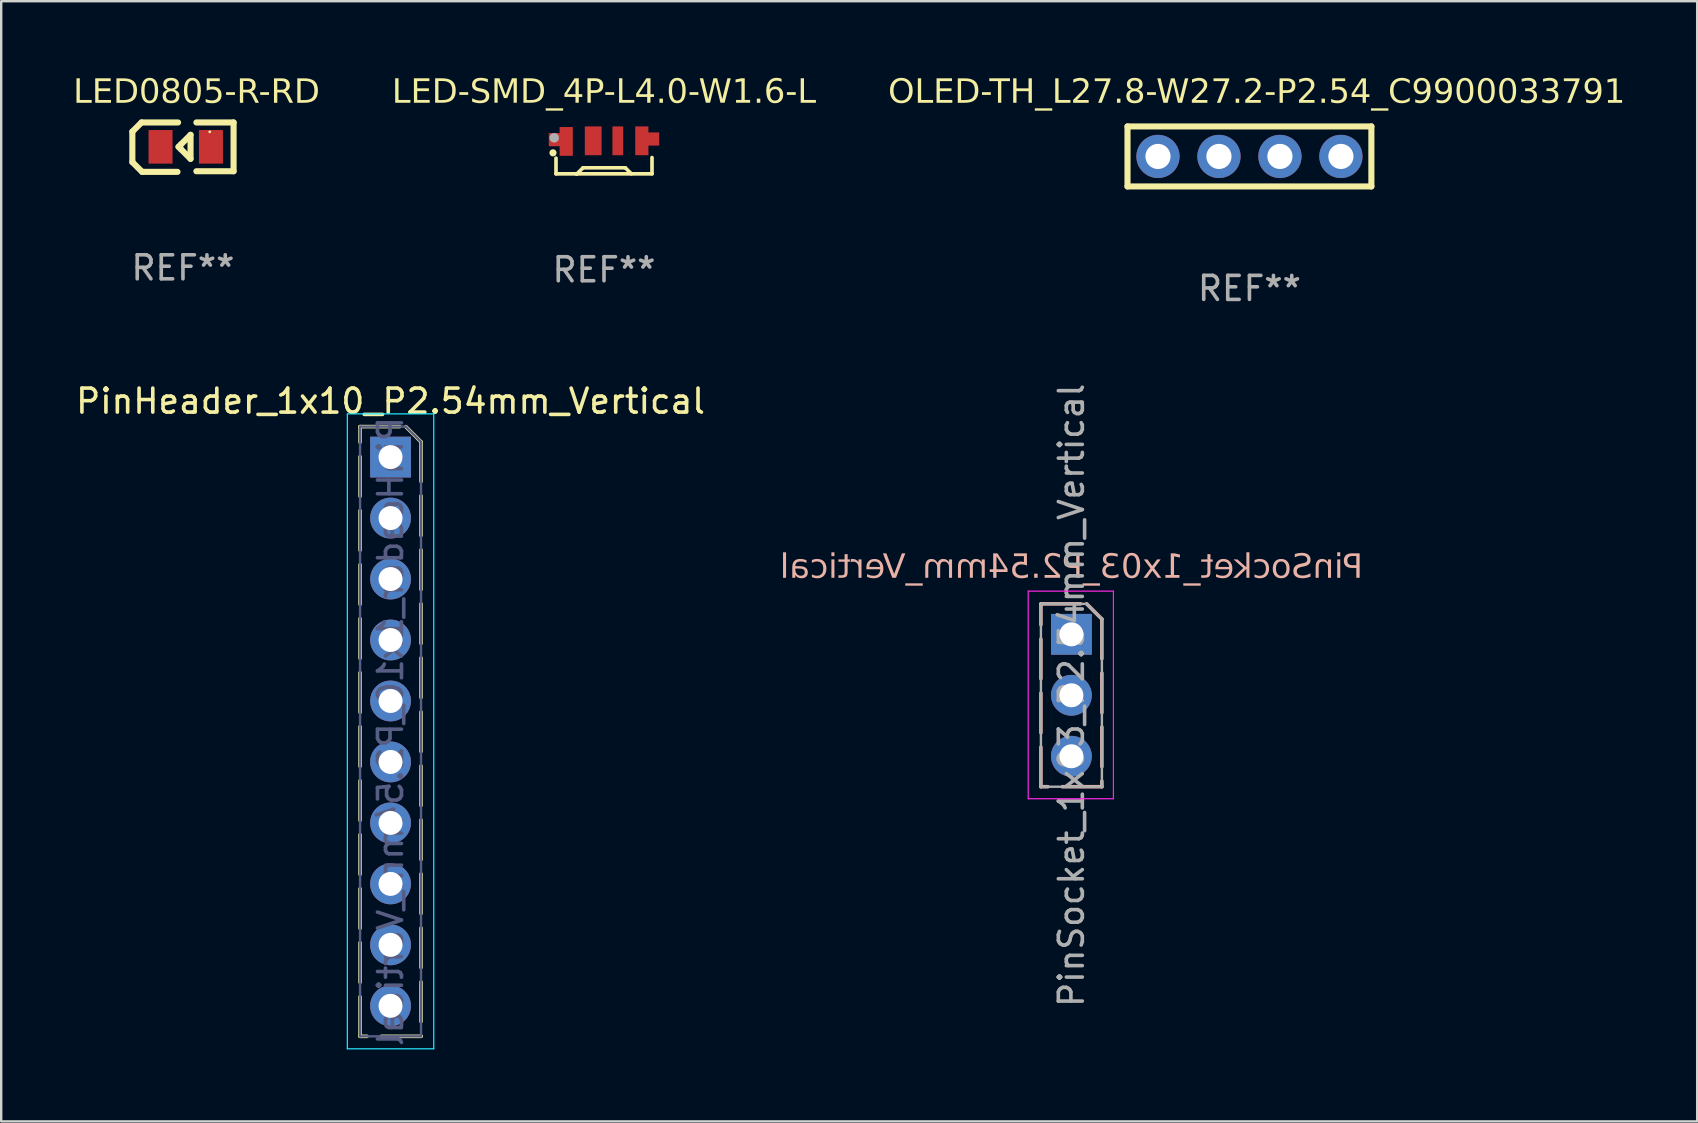
<source format=kicad_pcb>
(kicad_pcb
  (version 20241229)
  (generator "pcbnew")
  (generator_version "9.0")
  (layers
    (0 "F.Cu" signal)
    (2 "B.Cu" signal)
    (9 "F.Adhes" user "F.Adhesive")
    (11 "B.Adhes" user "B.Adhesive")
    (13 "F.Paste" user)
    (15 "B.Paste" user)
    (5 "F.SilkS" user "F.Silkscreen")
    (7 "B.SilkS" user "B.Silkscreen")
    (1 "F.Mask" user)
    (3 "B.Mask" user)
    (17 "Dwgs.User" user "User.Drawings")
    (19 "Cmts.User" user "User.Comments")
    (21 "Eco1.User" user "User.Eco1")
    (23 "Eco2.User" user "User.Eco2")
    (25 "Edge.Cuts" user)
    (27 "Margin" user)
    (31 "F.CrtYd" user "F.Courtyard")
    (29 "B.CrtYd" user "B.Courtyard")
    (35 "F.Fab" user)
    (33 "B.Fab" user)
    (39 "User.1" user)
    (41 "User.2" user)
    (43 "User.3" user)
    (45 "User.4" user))
  (footprint "PinHeader_1x10_P2.54mm_Vertical"
    (layer "F.Cu")
    (at 13.22 15.993)
    (property "Reference" "PinHeader_1x10_P2.54mm_Vertical" (at 0 -2.33 0) (layer "F.SilkS") (effects (font (size 1 1) (thickness 0.15))))
    (attr through_hole)
    (fp_line (start -1.27 -1.27) (end 0.635 -1.27) (stroke (width 0.15) (type dash)) (layer "F.SilkS"))
    (fp_line (start -1.27 24.13) (end -1.27 -1.27) (stroke (width 0.15) (type dash)) (layer "F.SilkS"))
    (fp_line (start 0.635 -1.27) (end 1.27 -0.635) (stroke (width 0.15) (type dash)) (layer "F.SilkS"))
    (fp_line (start 1.27 -0.635) (end 1.27 24.13) (stroke (width 0.15) (type dash)) (layer "F.SilkS"))
    (fp_line (start 1.27 24.13) (end -1.27 24.13) (stroke (width 0.15) (type dash)) (layer "F.SilkS"))
    (fp_line (start -1.8 -1.8) (end -1.8 24.65) (stroke (width 0.05) (type solid)) (layer "B.CrtYd"))
    (fp_line (start -1.8 24.65) (end 1.8 24.65) (stroke (width 0.05) (type solid)) (layer "B.CrtYd"))
    (fp_line (start 1.8 -1.8) (end -1.8 -1.8) (stroke (width 0.05) (type solid)) (layer "B.CrtYd"))
    (fp_line (start 1.8 24.65) (end 1.8 -1.8) (stroke (width 0.05) (type solid)) (layer "B.CrtYd"))
    (fp_line (start -1.27 -1.27) (end 0.635 -1.27) (stroke (width 0.1) (type solid)) (layer "B.Fab"))
    (fp_line (start -1.27 24.13) (end -1.27 -1.27) (stroke (width 0.1) (type solid)) (layer "B.Fab"))
    (fp_line (start 0.635 -1.27) (end 1.27 -0.635) (stroke (width 0.1) (type solid)) (layer "B.Fab"))
    (fp_line (start 1.27 -0.635) (end 1.27 24.13) (stroke (width 0.1) (type solid)) (layer "B.Fab"))
    (fp_line (start 1.27 24.13) (end -1.27 24.13) (stroke (width 0.1) (type solid)) (layer "B.Fab"))
    (fp_text user "${REFERENCE}" (at 0 11.43 270) (layer "B.Fab") (effects (font (size 1 1) (thickness 0.15)) (justify mirror)))
    (pad "1" thru_hole rect (at 0 0) (size 1.7 1.7) (drill 1) (layers "*.Cu" "*.Mask"))
    (pad "2" thru_hole oval (at 0 2.54) (size 1.7 1.7) (drill 1) (layers "*.Cu" "*.Mask"))
    (pad "3" thru_hole oval (at 0 5.08) (size 1.7 1.7) (drill 1) (layers "*.Cu" "*.Mask"))
    (pad "4" thru_hole oval (at 0 7.62) (size 1.7 1.7) (drill 1) (layers "*.Cu" "*.Mask"))
    (pad "5" thru_hole oval (at 0 10.16) (size 1.7 1.7) (drill 1) (layers "*.Cu" "*.Mask"))
    (pad "6" thru_hole oval (at 0 12.7) (size 1.7 1.7) (drill 1) (layers "*.Cu" "*.Mask"))
    (pad "7" thru_hole oval (at 0 15.24) (size 1.7 1.7) (drill 1) (layers "*.Cu" "*.Mask"))
    (pad "8" thru_hole oval (at 0 17.78) (size 1.7 1.7) (drill 1) (layers "*.Cu" "*.Mask"))
    (pad "9" thru_hole oval (at 0 20.32) (size 1.7 1.7) (drill 1) (layers "*.Cu" "*.Mask"))
    (pad "10" thru_hole oval (at 0 22.86) (size 1.7 1.7) (drill 1) (layers "*.Cu" "*.Mask")))
  (footprint "LED-SMD_4P-L4.0-W1.6-L"
    (layer "F.Cu")
    (at 22.113 2.829)
    (property "Reference" "LED-SMD_4P-L4.0-W1.6-L" (at -0.000076 -2.013 0) (layer "F.SilkS") (effects (font (face "Anko Personal Use SemBd") (size 1 1) (thickness 0.15))))
    (attr smd)
    (fp_line (start -2 1.362) (end -2 0.71) (stroke (width 0.152) (type solid)) (layer "F.SilkS"))
    (fp_line (start -1.172 1.362) (end -1.125 1.362) (stroke (width 0.152) (type solid)) (layer "F.SilkS"))
    (fp_line (start -1.125 1.362) (end -0.875 1.112) (stroke (width 0.152) (type solid)) (layer "F.SilkS"))
    (fp_line (start -0.875 1.112) (end 0.888 1.112) (stroke (width 0.152) (type solid)) (layer "F.SilkS"))
    (fp_line (start 0.888 1.112) (end 1.138 1.362) (stroke (width 0.152) (type solid)) (layer "F.SilkS"))
    (fp_line (start 2 0.685) (end 2 1.362) (stroke (width 0.152) (type solid)) (layer "F.SilkS"))
    (fp_line (start 2 1.362) (end -2 1.362) (stroke (width 0.152) (type solid)) (layer "F.SilkS"))
    (fp_circle (center -2.125 0.488) (end -2.05 0.488) (stroke (width 0.15) (type solid)) (fill no) (layer "F.SilkS"))
    (fp_circle (center -2 1.363) (end -1.97 1.363) (stroke (width 0.06) (type solid)) (fill no) (layer "F.SilkS"))
    (fp_circle (center -2.075 -0.138) (end -1.975 -0.138) (stroke (width 0.2) (type solid)) (fill no) (layer "F.Fab"))
    (fp_text user "REF**" (at -0.000076 5.362 0) (layer "F.Fab") (effects (font (size 1 1) (thickness 0.15))))
    (pad "1" smd custom (at -1.8 0.013) (size 0.1 0.1) (layers "F.Cu" "F.Mask" "F.Paste") (options (anchor circle)) (primitives (gr_poly (pts (xy 0.5 -0.6) (xy 0.5 0.6) (xy -0.05 0.6) (xy -0.05 0.2) (xy -0.5 0.2) (xy -0.5 -0.35) (xy -0.05 -0.35) (xy -0.05 -0.6)) (width 0) (fill yes))))
    (pad "2" smd custom (at -0.45 -0.013) (size 0.1 0.1) (layers "F.Cu" "F.Mask" "F.Paste") (options (anchor circle)) (primitives (gr_poly (pts (xy -0.35 -0.6) (xy -0.35 0.6) (xy 0.35 0.6) (xy 0.35 -0.6)) (width 0) (fill yes))))
    (pad "3" smd custom (at 0.575 -0.013) (size 0.1 0.1) (layers "F.Cu" "F.Mask" "F.Paste") (options (anchor circle)) (primitives (gr_poly (pts (xy -0.225 0.6) (xy 0.225 0.6) (xy 0.225 -0.6) (xy -0.225 -0.6)) (width 0) (fill yes))))
    (pad "4" smd custom (at 1.8 -0.013) (size 0.1 0.1) (layers "F.Cu" "F.Mask" "F.Paste") (options (anchor circle)) (primitives (gr_poly (pts (xy -0.5 -0.6) (xy -0.5 0.6) (xy 0.05 0.6) (xy 0.05 0.2) (xy 0.5 0.2) (xy 0.5 -0.35) (xy 0.05 -0.35) (xy 0.05 -0.6)) (width 0) (fill yes)))))
  (footprint "PinSocket_1x03_P2.54mm_Vertical"
    (layer "F.Cu")
    (at 41.585 23.376)
    (property "Reference" "PinSocket_1x03_P2.54mm_Vertical" (at 0 -2.77 0) (layer "B.SilkS") (effects (font (face "Anko Personal Use SemBd") (size 1 1) (thickness 0.15)) (justify mirror)))
    (attr through_hole)
    (fp_line (start -1.27 -1.27) (end 0.635 -1.27) (stroke (width 0.15) (type dash)) (layer "B.SilkS"))
    (fp_line (start -1.27 6.35) (end -1.27 -1.27) (stroke (width 0.15) (type dash)) (layer "B.SilkS"))
    (fp_line (start 0.635 -1.27) (end 1.27 -0.635) (stroke (width 0.15) (type dash)) (layer "B.SilkS"))
    (fp_line (start 1.27 -0.635) (end 1.27 6.35) (stroke (width 0.15) (type dash)) (layer "B.SilkS"))
    (fp_line (start 1.27 6.35) (end -1.27 6.35) (stroke (width 0.15) (type dash)) (layer "B.SilkS"))
    (fp_line (start -1.8 -1.8) (end 1.75 -1.8) (stroke (width 0.05) (type solid)) (layer "F.CrtYd"))
    (fp_line (start -1.8 6.85) (end -1.8 -1.8) (stroke (width 0.05) (type solid)) (layer "F.CrtYd"))
    (fp_line (start 1.75 -1.8) (end 1.75 6.85) (stroke (width 0.05) (type solid)) (layer "F.CrtYd"))
    (fp_line (start 1.75 6.85) (end -1.8 6.85) (stroke (width 0.05) (type solid)) (layer "F.CrtYd"))
    (fp_line (start -1.27 -1.27) (end 0.635 -1.27) (stroke (width 0.1) (type solid)) (layer "F.Fab"))
    (fp_line (start -1.27 6.35) (end -1.27 -1.27) (stroke (width 0.1) (type solid)) (layer "F.Fab"))
    (fp_line (start 0.635 -1.27) (end 1.27 -0.635) (stroke (width 0.1) (type solid)) (layer "F.Fab"))
    (fp_line (start 1.27 -0.635) (end 1.27 6.35) (stroke (width 0.1) (type solid)) (layer "F.Fab"))
    (fp_line (start 1.27 6.35) (end -1.27 6.35) (stroke (width 0.1) (type solid)) (layer "F.Fab"))
    (fp_text user "${REFERENCE}" (at 0 2.54 90) (layer "F.Fab") (effects (font (size 1 1) (thickness 0.15))))
    (pad "1" thru_hole rect (at 0 0) (size 1.7 1.7) (drill 1) (layers "*.Cu" "*.Mask"))
    (pad "2" thru_hole oval (at 0 2.54) (size 1.7 1.7) (drill 1) (layers "*.Cu" "*.Mask"))
    (pad "3" thru_hole oval (at 0 5.08) (size 1.7 1.7) (drill 1) (layers "*.Cu" "*.Mask")))
  (footprint "OLED-TH_L27.8-W27.2-P2.54_C9900033791"
    (layer "F.Cu")
    (at 49.002 3.467)
    (property "Reference" "OLED-TH_L27.8-W27.2-P2.54_C9900033791" (at 0.3 -2.65 0) (layer "F.SilkS") (effects (font (face "Anko Personal Use SemBd") (size 1 1) (thickness 0.15))))
    (attr through_hole)
    (fp_line (start -5.08 -1.25) (end -5.08 1.25) (stroke (width 0.254) (type solid)) (layer "F.SilkS"))
    (fp_line (start -5.08 -1.25) (end 5.08 -1.25) (stroke (width 0.254) (type solid)) (layer "F.SilkS"))
    (fp_line (start -5.08 1.25) (end 5.08 1.25) (stroke (width 0.254) (type solid)) (layer "F.SilkS"))
    (fp_line (start 5.08 1.25) (end 5.08 -1.25) (stroke (width 0.254) (type solid)) (layer "F.SilkS"))
    (fp_text user "REF**" (at 0 5.5 0) (layer "F.Fab") (effects (font (size 1 1) (thickness 0.15))))
    (pad "1" thru_hole circle (at -3.81 0) (size 1.8 1.8) (drill 1.05) (layers "*.Cu" "*.Mask"))
    (pad "2" thru_hole circle (at -1.27 0) (size 1.8 1.8) (drill 1.05) (layers "*.Cu" "*.Mask"))
    (pad "3" thru_hole circle (at 1.27 0) (size 1.8 1.8) (drill 1.05) (layers "*.Cu" "*.Mask"))
    (pad "4" thru_hole circle (at 3.81 0) (size 1.8 1.8) (drill 1.05) (layers "*.Cu" "*.Mask")))
  (footprint "LED0805-R-RD"
    (layer "F.Cu")
    (at 4.688 3.067)
    (property "Reference" "LED0805-R-RD" (at 0.45 -2.25 0) (layer "F.SilkS") (effects (font (face "Anko Personal Use SemBd") (size 1 1) (thickness 0.15))))
    (attr smd)
    (fp_line (start -2.224 -0.634) (end -1.843 -1.015) (stroke (width 0.254) (type solid)) (layer "F.SilkS"))
    (fp_line (start -2.224 0.636) (end -2.224 -0.634) (stroke (width 0.254) (type solid)) (layer "F.SilkS"))
    (fp_line (start -1.843 -1.015) (end -0.319 -1.015) (stroke (width 0.254) (type solid)) (layer "F.SilkS"))
    (fp_line (start -1.817 1.043) (end -2.224 0.636) (stroke (width 0.254) (type solid)) (layer "F.SilkS"))
    (fp_line (start -0.344 1.043) (end -1.817 1.043) (stroke (width 0.254) (type solid)) (layer "F.SilkS"))
    (fp_line (start -0.3 0) (end -0.2 0.1) (stroke (width 0.254) (type solid)) (layer "F.SilkS"))
    (fp_line (start -0.2 -0.1) (end -0.3 0) (stroke (width 0.254) (type solid)) (layer "F.SilkS"))
    (fp_line (start -0.2 0.1) (end 0.2 0.5) (stroke (width 0.254) (type solid)) (layer "F.SilkS"))
    (fp_line (start 0.2 -0.5) (end -0.2 -0.1) (stroke (width 0.254) (type solid)) (layer "F.SilkS"))
    (fp_line (start 0.2 -0.5) (end 0.2 0.5) (stroke (width 0.254) (type solid)) (layer "F.SilkS"))
    (fp_line (start 0.443 1.017) (end 1.993 1.017) (stroke (width 0.254) (type solid)) (layer "F.SilkS"))
    (fp_line (start 1.993 -1.015) (end 0.443 -1.015) (stroke (width 0.254) (type solid)) (layer "F.SilkS"))
    (fp_line (start 1.993 1.017) (end 1.993 -1.015) (stroke (width 0.254) (type solid)) (layer "F.SilkS"))
    (fp_circle (center 1 -0.625) (end 1.03 -0.625) (stroke (width 0.06) (type solid)) (fill no) (layer "F.SilkS"))
    (fp_text user "REF**" (at -0.116 5.043 0) (layer "F.Fab") (effects (font (size 1 1) (thickness 0.15))))
    (pad "1" smd rect (at 1.05 0 180) (size 1 1.4) (layers "F.Cu" "F.Mask" "F.Paste"))
    (pad "2" smd rect (at -1.05 0 180) (size 1 1.4) (layers "F.Cu" "F.Mask" "F.Paste")))
  (gr_rect
    (start -3 -3)
    (end 67.655 43.668)
    (stroke (width 0.1) (type default))
    (fill no)
    (layer "Edge.Cuts")))
</source>
